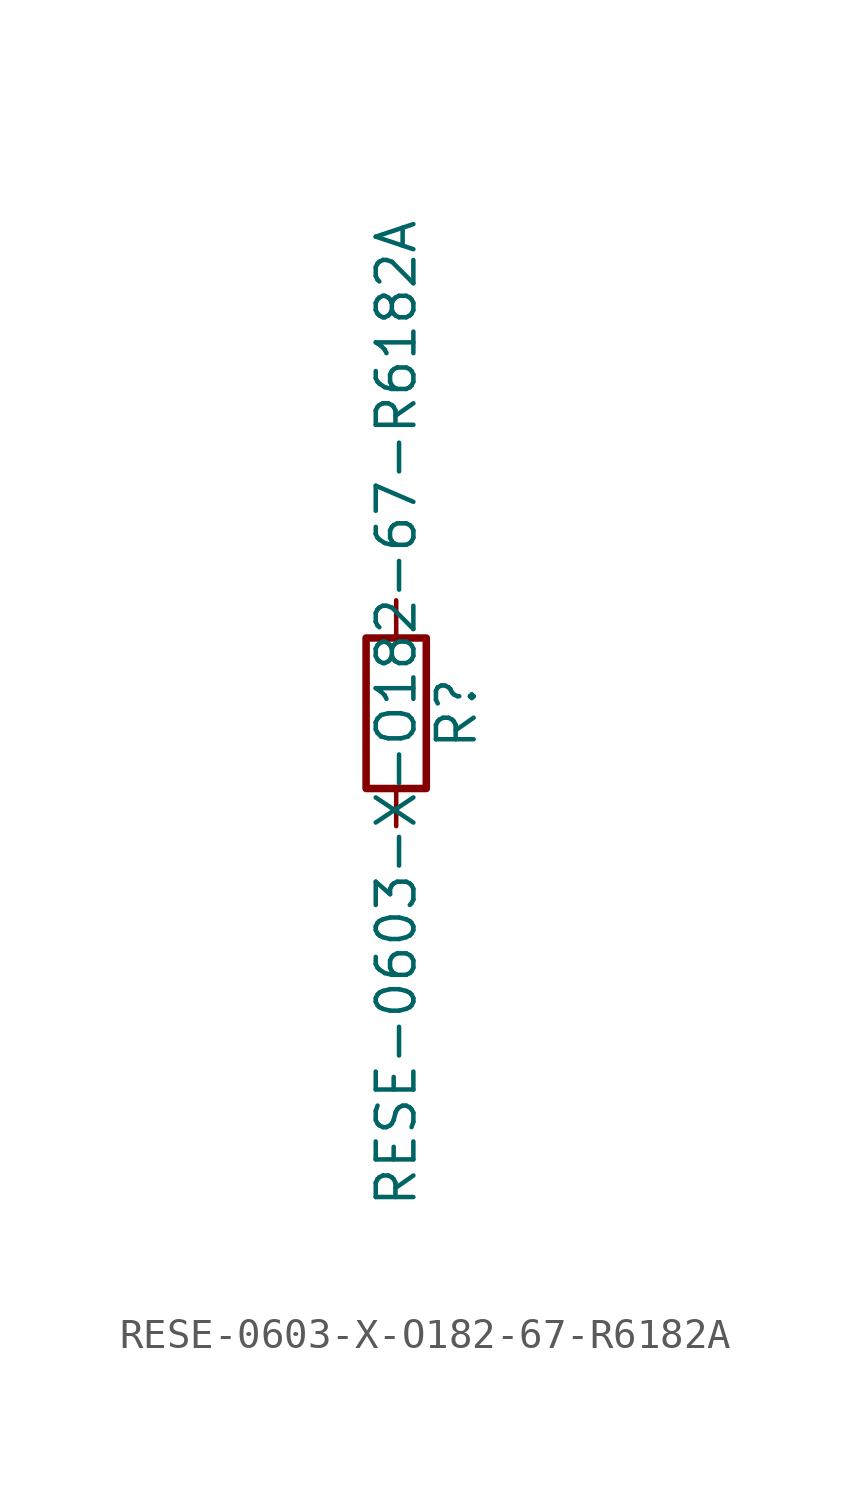
<source format=kicad_sym>
(kicad_symbol_lib
  (version 20211014)
  (generator kicad_symbol_editor)
  (symbol "RESE-0603-X-O182-67-R6182A"
    (pin_numbers hide)
    (pin_names
      (offset 0))
    (property "Reference" "R"
      (at 2.032 0 90)
      (effects (font (size 1.27 1.27))))
    (property "Value" "RESE-0603-X-O182-67-R6182A"
      (at 0 0 90)
      (effects (font (size 1.27 1.27))))
    (symbol "RESE-0603-X-O182-67-R6182A_0_1"
      (rectangle (start -1.016 -2.54) (end 1.016 2.54) (stroke (width 0.254) (type default) (color 0 0 0 0)) (fill (type none))))
    (symbol "RESE-0603-X-O182-67-R6182A_1_1"
      (pin passive line (at 0 3.81 270) (length 1.27) (name "~" (effects (font (size 1.27 1.27)))) (number "1" (effects (font (size 1.27 1.27)))))
      (pin passive line (at 0 -3.81 90) (length 1.27) (name "~" (effects (font (size 1.27 1.27)))) (number "2" (effects (font (size 1.27 1.27))))))))
</source>
